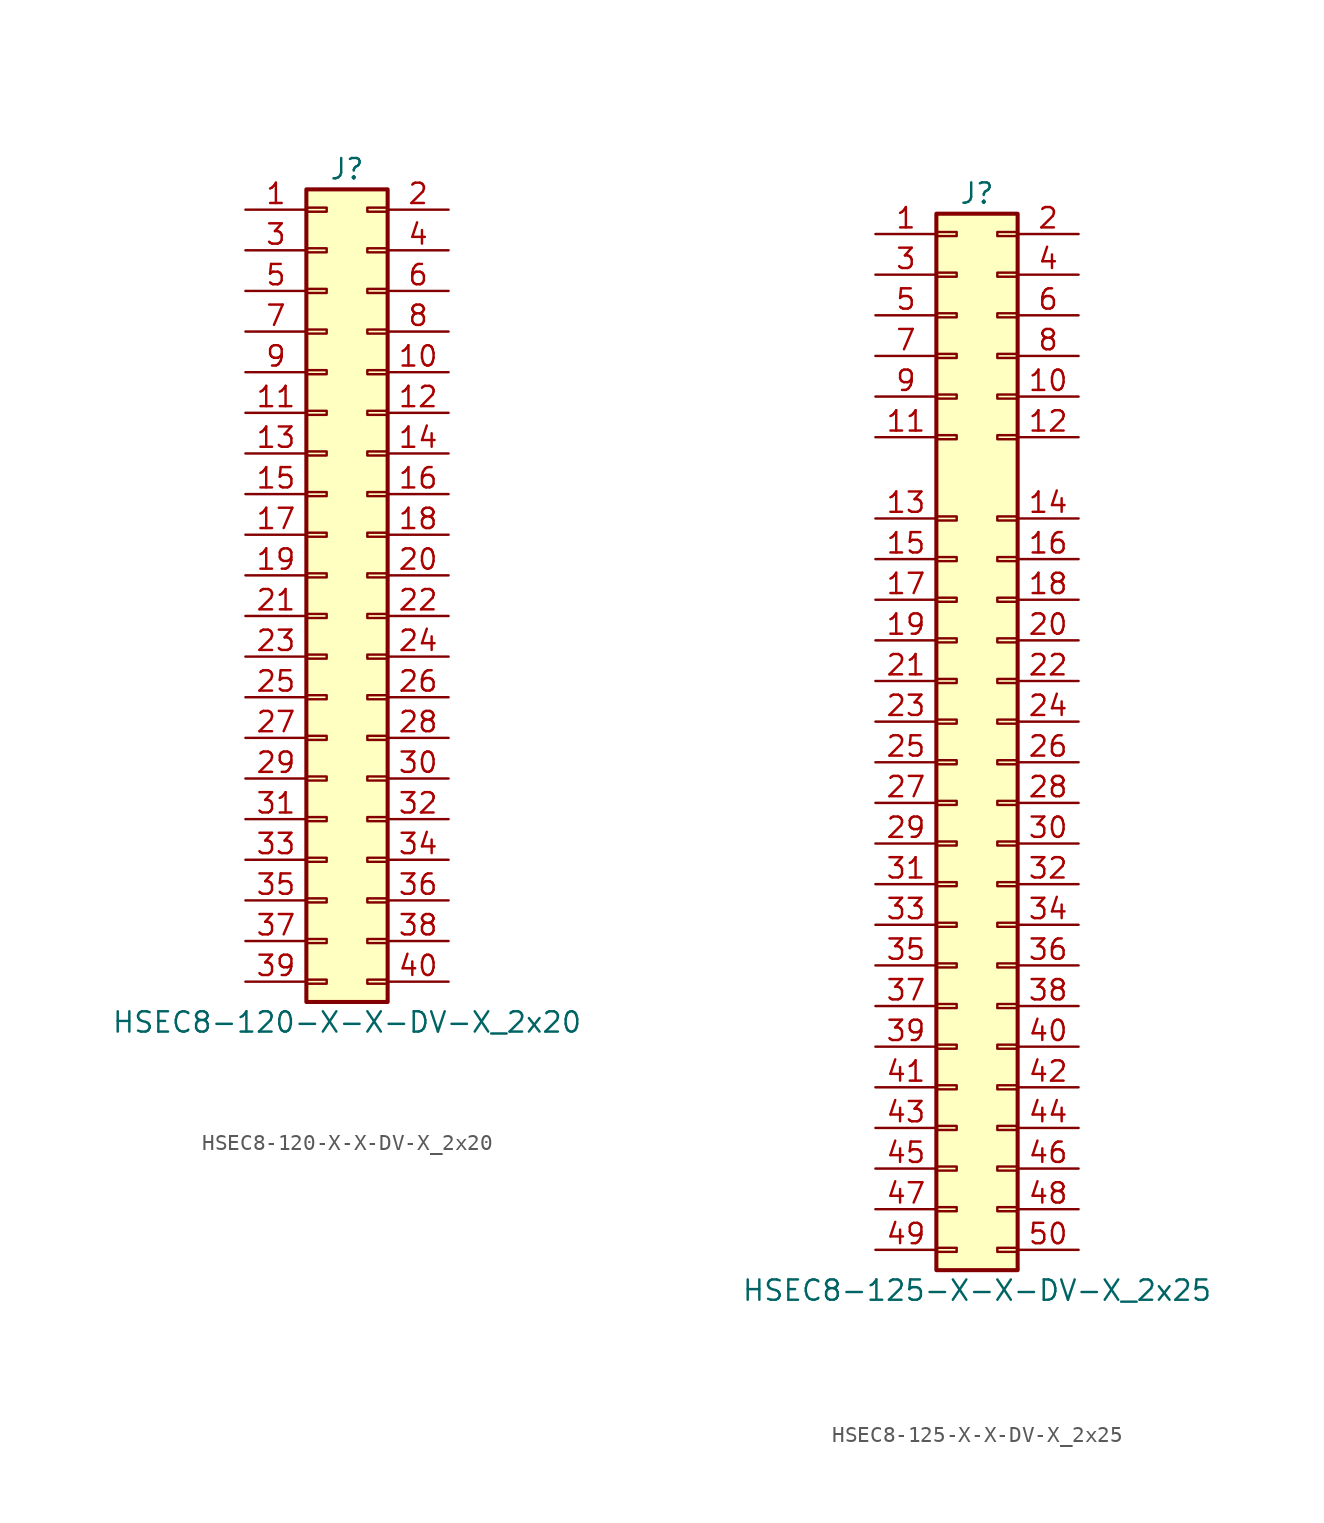
<source format=kicad_sym>
(kicad_symbol_lib
  (version 20231120)
  (generator "kicad_symbol_editor")
  (generator_version "8.0")
  (symbol "HSEC8-120-X-X-DV-X_2x20"
    (pin_names
      (offset 1.016) hide)
    (property "Reference" "J"
      (at 1.27 25.4 0)
      (effects (font (size 1.27 1.27))))
    (property "Value" "HSEC8-120-X-X-DV-X_2x20"
      (at 1.27 -27.94 0)
      (effects (font (size 1.27 1.27))))
    (property "ki_locked" ""
      (at 0 0 0)
      (effects (font (size 1.27 1.27))))
    (symbol "HSEC8-120-X-X-DV-X_2x20_1_1"
      (rectangle (start -1.27 -25.273) (end 0 -25.527) (stroke (width 0.152) (type default)) (fill (type none)))
      (rectangle (start -1.27 -22.733) (end 0 -22.987) (stroke (width 0.152) (type default)) (fill (type none)))
      (rectangle (start -1.27 -20.193) (end 0 -20.447) (stroke (width 0.152) (type default)) (fill (type none)))
      (rectangle (start -1.27 -17.653) (end 0 -17.907) (stroke (width 0.152) (type default)) (fill (type none)))
      (rectangle (start -1.27 -15.113) (end 0 -15.367) (stroke (width 0.152) (type default)) (fill (type none)))
      (rectangle (start -1.27 -12.573) (end 0 -12.827) (stroke (width 0.152) (type default)) (fill (type none)))
      (rectangle (start -1.27 -10.033) (end 0 -10.287) (stroke (width 0.152) (type default)) (fill (type none)))
      (rectangle (start -1.27 -7.493) (end 0 -7.747) (stroke (width 0.152) (type default)) (fill (type none)))
      (rectangle (start -1.27 -4.953) (end 0 -5.207) (stroke (width 0.152) (type default)) (fill (type none)))
      (rectangle (start -1.27 -2.413) (end 0 -2.667) (stroke (width 0.152) (type default)) (fill (type none)))
      (rectangle (start -1.27 0.127) (end 0 -0.127) (stroke (width 0.152) (type default)) (fill (type none)))
      (rectangle (start -1.27 2.667) (end 0 2.413) (stroke (width 0.152) (type default)) (fill (type none)))
      (rectangle (start -1.27 5.207) (end 0 4.953) (stroke (width 0.152) (type default)) (fill (type none)))
      (rectangle (start -1.27 7.747) (end 0 7.493) (stroke (width 0.152) (type default)) (fill (type none)))
      (rectangle (start -1.27 10.287) (end 0 10.033) (stroke (width 0.152) (type default)) (fill (type none)))
      (rectangle (start -1.27 12.827) (end 0 12.573) (stroke (width 0.152) (type default)) (fill (type none)))
      (rectangle (start -1.27 15.367) (end 0 15.113) (stroke (width 0.152) (type default)) (fill (type none)))
      (rectangle (start -1.27 17.907) (end 0 17.653) (stroke (width 0.152) (type default)) (fill (type none)))
      (rectangle (start -1.27 20.447) (end 0 20.193) (stroke (width 0.152) (type default)) (fill (type none)))
      (rectangle (start -1.27 22.987) (end 0 22.733) (stroke (width 0.152) (type default)) (fill (type none)))
      (rectangle (start -1.27 24.13) (end 3.81 -26.67) (stroke (width 0.254) (type default)) (fill (type background)))
      (rectangle (start 3.81 -25.273) (end 2.54 -25.527) (stroke (width 0.152) (type default)) (fill (type none)))
      (rectangle (start 3.81 -22.733) (end 2.54 -22.987) (stroke (width 0.152) (type default)) (fill (type none)))
      (rectangle (start 3.81 -20.193) (end 2.54 -20.447) (stroke (width 0.152) (type default)) (fill (type none)))
      (rectangle (start 3.81 -17.653) (end 2.54 -17.907) (stroke (width 0.152) (type default)) (fill (type none)))
      (rectangle (start 3.81 -15.113) (end 2.54 -15.367) (stroke (width 0.152) (type default)) (fill (type none)))
      (rectangle (start 3.81 -12.573) (end 2.54 -12.827) (stroke (width 0.152) (type default)) (fill (type none)))
      (rectangle (start 3.81 -10.033) (end 2.54 -10.287) (stroke (width 0.152) (type default)) (fill (type none)))
      (rectangle (start 3.81 -7.493) (end 2.54 -7.747) (stroke (width 0.152) (type default)) (fill (type none)))
      (rectangle (start 3.81 -4.953) (end 2.54 -5.207) (stroke (width 0.152) (type default)) (fill (type none)))
      (rectangle (start 3.81 -2.413) (end 2.54 -2.667) (stroke (width 0.152) (type default)) (fill (type none)))
      (rectangle (start 3.81 0.127) (end 2.54 -0.127) (stroke (width 0.152) (type default)) (fill (type none)))
      (rectangle (start 3.81 2.667) (end 2.54 2.413) (stroke (width 0.152) (type default)) (fill (type none)))
      (rectangle (start 3.81 5.207) (end 2.54 4.953) (stroke (width 0.152) (type default)) (fill (type none)))
      (rectangle (start 3.81 7.747) (end 2.54 7.493) (stroke (width 0.152) (type default)) (fill (type none)))
      (rectangle (start 3.81 10.287) (end 2.54 10.033) (stroke (width 0.152) (type default)) (fill (type none)))
      (rectangle (start 3.81 12.827) (end 2.54 12.573) (stroke (width 0.152) (type default)) (fill (type none)))
      (rectangle (start 3.81 15.367) (end 2.54 15.113) (stroke (width 0.152) (type default)) (fill (type none)))
      (rectangle (start 3.81 17.907) (end 2.54 17.653) (stroke (width 0.152) (type default)) (fill (type none)))
      (rectangle (start 3.81 20.447) (end 2.54 20.193) (stroke (width 0.152) (type default)) (fill (type none)))
      (rectangle (start 3.81 22.987) (end 2.54 22.733) (stroke (width 0.152) (type default)) (fill (type none)))
      (pin passive line (at -5.08 22.86 0) (length 3.81) (name "Pin_1" (effects (font (size 1.27 1.27)))) (number "1" (effects (font (size 1.27 1.27)))))
      (pin passive line (at 7.62 12.7 180) (length 3.81) (name "Pin_10" (effects (font (size 1.27 1.27)))) (number "10" (effects (font (size 1.27 1.27)))))
      (pin passive line (at -5.08 10.16 0) (length 3.81) (name "Pin_11" (effects (font (size 1.27 1.27)))) (number "11" (effects (font (size 1.27 1.27)))))
      (pin passive line (at 7.62 10.16 180) (length 3.81) (name "Pin_12" (effects (font (size 1.27 1.27)))) (number "12" (effects (font (size 1.27 1.27)))))
      (pin passive line (at -5.08 7.62 0) (length 3.81) (name "Pin_13" (effects (font (size 1.27 1.27)))) (number "13" (effects (font (size 1.27 1.27)))))
      (pin passive line (at 7.62 7.62 180) (length 3.81) (name "Pin_14" (effects (font (size 1.27 1.27)))) (number "14" (effects (font (size 1.27 1.27)))))
      (pin passive line (at -5.08 5.08 0) (length 3.81) (name "Pin_15" (effects (font (size 1.27 1.27)))) (number "15" (effects (font (size 1.27 1.27)))))
      (pin passive line (at 7.62 5.08 180) (length 3.81) (name "Pin_16" (effects (font (size 1.27 1.27)))) (number "16" (effects (font (size 1.27 1.27)))))
      (pin passive line (at -5.08 2.54 0) (length 3.81) (name "Pin_17" (effects (font (size 1.27 1.27)))) (number "17" (effects (font (size 1.27 1.27)))))
      (pin passive line (at 7.62 2.54 180) (length 3.81) (name "Pin_18" (effects (font (size 1.27 1.27)))) (number "18" (effects (font (size 1.27 1.27)))))
      (pin passive line (at -5.08 0 0) (length 3.81) (name "Pin_19" (effects (font (size 1.27 1.27)))) (number "19" (effects (font (size 1.27 1.27)))))
      (pin passive line (at 7.62 22.86 180) (length 3.81) (name "Pin_2" (effects (font (size 1.27 1.27)))) (number "2" (effects (font (size 1.27 1.27)))))
      (pin passive line (at 7.62 0 180) (length 3.81) (name "Pin_20" (effects (font (size 1.27 1.27)))) (number "20" (effects (font (size 1.27 1.27)))))
      (pin passive line (at -5.08 -2.54 0) (length 3.81) (name "Pin_21" (effects (font (size 1.27 1.27)))) (number "21" (effects (font (size 1.27 1.27)))))
      (pin passive line (at 7.62 -2.54 180) (length 3.81) (name "Pin_22" (effects (font (size 1.27 1.27)))) (number "22" (effects (font (size 1.27 1.27)))))
      (pin passive line (at -5.08 -5.08 0) (length 3.81) (name "Pin_23" (effects (font (size 1.27 1.27)))) (number "23" (effects (font (size 1.27 1.27)))))
      (pin passive line (at 7.62 -5.08 180) (length 3.81) (name "Pin_24" (effects (font (size 1.27 1.27)))) (number "24" (effects (font (size 1.27 1.27)))))
      (pin passive line (at -5.08 -7.62 0) (length 3.81) (name "Pin_25" (effects (font (size 1.27 1.27)))) (number "25" (effects (font (size 1.27 1.27)))))
      (pin passive line (at 7.62 -7.62 180) (length 3.81) (name "Pin_26" (effects (font (size 1.27 1.27)))) (number "26" (effects (font (size 1.27 1.27)))))
      (pin passive line (at -5.08 -10.16 0) (length 3.81) (name "Pin_27" (effects (font (size 1.27 1.27)))) (number "27" (effects (font (size 1.27 1.27)))))
      (pin passive line (at 7.62 -10.16 180) (length 3.81) (name "Pin_28" (effects (font (size 1.27 1.27)))) (number "28" (effects (font (size 1.27 1.27)))))
      (pin passive line (at -5.08 -12.7 0) (length 3.81) (name "Pin_29" (effects (font (size 1.27 1.27)))) (number "29" (effects (font (size 1.27 1.27)))))
      (pin passive line (at -5.08 20.32 0) (length 3.81) (name "Pin_3" (effects (font (size 1.27 1.27)))) (number "3" (effects (font (size 1.27 1.27)))))
      (pin passive line (at 7.62 -12.7 180) (length 3.81) (name "Pin_30" (effects (font (size 1.27 1.27)))) (number "30" (effects (font (size 1.27 1.27)))))
      (pin passive line (at -5.08 -15.24 0) (length 3.81) (name "Pin_31" (effects (font (size 1.27 1.27)))) (number "31" (effects (font (size 1.27 1.27)))))
      (pin passive line (at 7.62 -15.24 180) (length 3.81) (name "Pin_32" (effects (font (size 1.27 1.27)))) (number "32" (effects (font (size 1.27 1.27)))))
      (pin passive line (at -5.08 -17.78 0) (length 3.81) (name "Pin_33" (effects (font (size 1.27 1.27)))) (number "33" (effects (font (size 1.27 1.27)))))
      (pin passive line (at 7.62 -17.78 180) (length 3.81) (name "Pin_34" (effects (font (size 1.27 1.27)))) (number "34" (effects (font (size 1.27 1.27)))))
      (pin passive line (at -5.08 -20.32 0) (length 3.81) (name "Pin_35" (effects (font (size 1.27 1.27)))) (number "35" (effects (font (size 1.27 1.27)))))
      (pin passive line (at 7.62 -20.32 180) (length 3.81) (name "Pin_36" (effects (font (size 1.27 1.27)))) (number "36" (effects (font (size 1.27 1.27)))))
      (pin passive line (at -5.08 -22.86 0) (length 3.81) (name "Pin_37" (effects (font (size 1.27 1.27)))) (number "37" (effects (font (size 1.27 1.27)))))
      (pin passive line (at 7.62 -22.86 180) (length 3.81) (name "Pin_38" (effects (font (size 1.27 1.27)))) (number "38" (effects (font (size 1.27 1.27)))))
      (pin passive line (at -5.08 -25.4 0) (length 3.81) (name "Pin_39" (effects (font (size 1.27 1.27)))) (number "39" (effects (font (size 1.27 1.27)))))
      (pin passive line (at 7.62 20.32 180) (length 3.81) (name "Pin_4" (effects (font (size 1.27 1.27)))) (number "4" (effects (font (size 1.27 1.27)))))
      (pin passive line (at 7.62 -25.4 180) (length 3.81) (name "Pin_40" (effects (font (size 1.27 1.27)))) (number "40" (effects (font (size 1.27 1.27)))))
      (pin passive line (at -5.08 17.78 0) (length 3.81) (name "Pin_5" (effects (font (size 1.27 1.27)))) (number "5" (effects (font (size 1.27 1.27)))))
      (pin passive line (at 7.62 17.78 180) (length 3.81) (name "Pin_6" (effects (font (size 1.27 1.27)))) (number "6" (effects (font (size 1.27 1.27)))))
      (pin passive line (at -5.08 15.24 0) (length 3.81) (name "Pin_7" (effects (font (size 1.27 1.27)))) (number "7" (effects (font (size 1.27 1.27)))))
      (pin passive line (at 7.62 15.24 180) (length 3.81) (name "Pin_8" (effects (font (size 1.27 1.27)))) (number "8" (effects (font (size 1.27 1.27)))))
      (pin passive line (at -5.08 12.7 0) (length 3.81) (name "Pin_9" (effects (font (size 1.27 1.27)))) (number "9" (effects (font (size 1.27 1.27)))))))
  (symbol "HSEC8-125-X-X-DV-X_2x25"
    (pin_names
      (offset 1.016) hide)
    (property "Reference" "J"
      (at 1.27 33.02 0)
      (effects (font (size 1.27 1.27))))
    (property "Value" "HSEC8-125-X-X-DV-X_2x25"
      (at 1.27 -35.56 0)
      (effects (font (size 1.27 1.27))))
    (property "ki_locked" ""
      (at 0 0 0)
      (effects (font (size 1.27 1.27))))
    (symbol "HSEC8-125-X-X-DV-X_2x25_1_1"
      (rectangle (start -1.27 -32.893) (end 0 -33.147) (stroke (width 0.152) (type default)) (fill (type none)))
      (rectangle (start -1.27 -30.353) (end 0 -30.607) (stroke (width 0.152) (type default)) (fill (type none)))
      (rectangle (start -1.27 -27.813) (end 0 -28.067) (stroke (width 0.152) (type default)) (fill (type none)))
      (rectangle (start -1.27 -25.273) (end 0 -25.527) (stroke (width 0.152) (type default)) (fill (type none)))
      (rectangle (start -1.27 -22.733) (end 0 -22.987) (stroke (width 0.152) (type default)) (fill (type none)))
      (rectangle (start -1.27 -20.193) (end 0 -20.447) (stroke (width 0.152) (type default)) (fill (type none)))
      (rectangle (start -1.27 -17.653) (end 0 -17.907) (stroke (width 0.152) (type default)) (fill (type none)))
      (rectangle (start -1.27 -15.113) (end 0 -15.367) (stroke (width 0.152) (type default)) (fill (type none)))
      (rectangle (start -1.27 -12.573) (end 0 -12.827) (stroke (width 0.152) (type default)) (fill (type none)))
      (rectangle (start -1.27 -10.033) (end 0 -10.287) (stroke (width 0.152) (type default)) (fill (type none)))
      (rectangle (start -1.27 -7.493) (end 0 -7.747) (stroke (width 0.152) (type default)) (fill (type none)))
      (rectangle (start -1.27 -4.953) (end 0 -5.207) (stroke (width 0.152) (type default)) (fill (type none)))
      (rectangle (start -1.27 -2.413) (end 0 -2.667) (stroke (width 0.152) (type default)) (fill (type none)))
      (rectangle (start -1.27 0.127) (end 0 -0.127) (stroke (width 0.152) (type default)) (fill (type none)))
      (rectangle (start -1.27 2.667) (end 0 2.413) (stroke (width 0.152) (type default)) (fill (type none)))
      (rectangle (start -1.27 5.207) (end 0 4.953) (stroke (width 0.152) (type default)) (fill (type none)))
      (rectangle (start -1.27 7.747) (end 0 7.493) (stroke (width 0.152) (type default)) (fill (type none)))
      (rectangle (start -1.27 10.287) (end 0 10.033) (stroke (width 0.152) (type default)) (fill (type none)))
      (rectangle (start -1.27 12.827) (end 0 12.573) (stroke (width 0.152) (type default)) (fill (type none)))
      (rectangle (start -1.27 17.907) (end 0 17.653) (stroke (width 0.152) (type default)) (fill (type none)))
      (rectangle (start -1.27 20.447) (end 0 20.193) (stroke (width 0.152) (type default)) (fill (type none)))
      (rectangle (start -1.27 22.987) (end 0 22.733) (stroke (width 0.152) (type default)) (fill (type none)))
      (rectangle (start -1.27 25.527) (end 0 25.273) (stroke (width 0.152) (type default)) (fill (type none)))
      (rectangle (start -1.27 28.067) (end 0 27.813) (stroke (width 0.152) (type default)) (fill (type none)))
      (rectangle (start -1.27 30.607) (end 0 30.353) (stroke (width 0.152) (type default)) (fill (type none)))
      (rectangle (start -1.27 31.75) (end 3.81 -34.29) (stroke (width 0.254) (type default)) (fill (type background)))
      (rectangle (start 3.81 -32.893) (end 2.54 -33.147) (stroke (width 0.152) (type default)) (fill (type none)))
      (rectangle (start 3.81 -30.353) (end 2.54 -30.607) (stroke (width 0.152) (type default)) (fill (type none)))
      (rectangle (start 3.81 -27.813) (end 2.54 -28.067) (stroke (width 0.152) (type default)) (fill (type none)))
      (rectangle (start 3.81 -25.273) (end 2.54 -25.527) (stroke (width 0.152) (type default)) (fill (type none)))
      (rectangle (start 3.81 -22.733) (end 2.54 -22.987) (stroke (width 0.152) (type default)) (fill (type none)))
      (rectangle (start 3.81 -20.193) (end 2.54 -20.447) (stroke (width 0.152) (type default)) (fill (type none)))
      (rectangle (start 3.81 -17.653) (end 2.54 -17.907) (stroke (width 0.152) (type default)) (fill (type none)))
      (rectangle (start 3.81 -15.113) (end 2.54 -15.367) (stroke (width 0.152) (type default)) (fill (type none)))
      (rectangle (start 3.81 -12.573) (end 2.54 -12.827) (stroke (width 0.152) (type default)) (fill (type none)))
      (rectangle (start 3.81 -10.033) (end 2.54 -10.287) (stroke (width 0.152) (type default)) (fill (type none)))
      (rectangle (start 3.81 -7.493) (end 2.54 -7.747) (stroke (width 0.152) (type default)) (fill (type none)))
      (rectangle (start 3.81 -4.953) (end 2.54 -5.207) (stroke (width 0.152) (type default)) (fill (type none)))
      (rectangle (start 3.81 -2.413) (end 2.54 -2.667) (stroke (width 0.152) (type default)) (fill (type none)))
      (rectangle (start 3.81 0.127) (end 2.54 -0.127) (stroke (width 0.152) (type default)) (fill (type none)))
      (rectangle (start 3.81 2.667) (end 2.54 2.413) (stroke (width 0.152) (type default)) (fill (type none)))
      (rectangle (start 3.81 5.207) (end 2.54 4.953) (stroke (width 0.152) (type default)) (fill (type none)))
      (rectangle (start 3.81 7.747) (end 2.54 7.493) (stroke (width 0.152) (type default)) (fill (type none)))
      (rectangle (start 3.81 10.287) (end 2.54 10.033) (stroke (width 0.152) (type default)) (fill (type none)))
      (rectangle (start 3.81 12.827) (end 2.54 12.573) (stroke (width 0.152) (type default)) (fill (type none)))
      (rectangle (start 3.81 17.907) (end 2.54 17.653) (stroke (width 0.152) (type default)) (fill (type none)))
      (rectangle (start 3.81 20.447) (end 2.54 20.193) (stroke (width 0.152) (type default)) (fill (type none)))
      (rectangle (start 3.81 22.987) (end 2.54 22.733) (stroke (width 0.152) (type default)) (fill (type none)))
      (rectangle (start 3.81 25.527) (end 2.54 25.273) (stroke (width 0.152) (type default)) (fill (type none)))
      (rectangle (start 3.81 28.067) (end 2.54 27.813) (stroke (width 0.152) (type default)) (fill (type none)))
      (rectangle (start 3.81 30.607) (end 2.54 30.353) (stroke (width 0.152) (type default)) (fill (type none)))
      (pin passive line (at -5.08 30.48 0) (length 3.81) (name "Pin_1" (effects (font (size 1.27 1.27)))) (number "1" (effects (font (size 1.27 1.27)))))
      (pin passive line (at 7.62 20.32 180) (length 3.81) (name "Pin_10" (effects (font (size 1.27 1.27)))) (number "10" (effects (font (size 1.27 1.27)))))
      (pin passive line (at -5.08 17.78 0) (length 3.81) (name "Pin_11" (effects (font (size 1.27 1.27)))) (number "11" (effects (font (size 1.27 1.27)))))
      (pin passive line (at 7.62 17.78 180) (length 3.81) (name "Pin_12" (effects (font (size 1.27 1.27)))) (number "12" (effects (font (size 1.27 1.27)))))
      (pin passive line (at -5.08 12.7 0) (length 3.81) (name "Pin_13" (effects (font (size 1.27 1.27)))) (number "13" (effects (font (size 1.27 1.27)))))
      (pin passive line (at 7.62 12.7 180) (length 3.81) (name "Pin_14" (effects (font (size 1.27 1.27)))) (number "14" (effects (font (size 1.27 1.27)))))
      (pin passive line (at -5.08 10.16 0) (length 3.81) (name "Pin_15" (effects (font (size 1.27 1.27)))) (number "15" (effects (font (size 1.27 1.27)))))
      (pin passive line (at 7.62 10.16 180) (length 3.81) (name "Pin_16" (effects (font (size 1.27 1.27)))) (number "16" (effects (font (size 1.27 1.27)))))
      (pin passive line (at -5.08 7.62 0) (length 3.81) (name "Pin_17" (effects (font (size 1.27 1.27)))) (number "17" (effects (font (size 1.27 1.27)))))
      (pin passive line (at 7.62 7.62 180) (length 3.81) (name "Pin_18" (effects (font (size 1.27 1.27)))) (number "18" (effects (font (size 1.27 1.27)))))
      (pin passive line (at -5.08 5.08 0) (length 3.81) (name "Pin_19" (effects (font (size 1.27 1.27)))) (number "19" (effects (font (size 1.27 1.27)))))
      (pin passive line (at 7.62 30.48 180) (length 3.81) (name "Pin_2" (effects (font (size 1.27 1.27)))) (number "2" (effects (font (size 1.27 1.27)))))
      (pin passive line (at 7.62 5.08 180) (length 3.81) (name "Pin_20" (effects (font (size 1.27 1.27)))) (number "20" (effects (font (size 1.27 1.27)))))
      (pin passive line (at -5.08 2.54 0) (length 3.81) (name "Pin_21" (effects (font (size 1.27 1.27)))) (number "21" (effects (font (size 1.27 1.27)))))
      (pin passive line (at 7.62 2.54 180) (length 3.81) (name "Pin_22" (effects (font (size 1.27 1.27)))) (number "22" (effects (font (size 1.27 1.27)))))
      (pin passive line (at -5.08 0 0) (length 3.81) (name "Pin_23" (effects (font (size 1.27 1.27)))) (number "23" (effects (font (size 1.27 1.27)))))
      (pin passive line (at 7.62 0 180) (length 3.81) (name "Pin_24" (effects (font (size 1.27 1.27)))) (number "24" (effects (font (size 1.27 1.27)))))
      (pin passive line (at -5.08 -2.54 0) (length 3.81) (name "Pin_25" (effects (font (size 1.27 1.27)))) (number "25" (effects (font (size 1.27 1.27)))))
      (pin passive line (at 7.62 -2.54 180) (length 3.81) (name "Pin_26" (effects (font (size 1.27 1.27)))) (number "26" (effects (font (size 1.27 1.27)))))
      (pin passive line (at -5.08 -5.08 0) (length 3.81) (name "Pin_27" (effects (font (size 1.27 1.27)))) (number "27" (effects (font (size 1.27 1.27)))))
      (pin passive line (at 7.62 -5.08 180) (length 3.81) (name "Pin_28" (effects (font (size 1.27 1.27)))) (number "28" (effects (font (size 1.27 1.27)))))
      (pin passive line (at -5.08 -7.62 0) (length 3.81) (name "Pin_29" (effects (font (size 1.27 1.27)))) (number "29" (effects (font (size 1.27 1.27)))))
      (pin passive line (at -5.08 27.94 0) (length 3.81) (name "Pin_3" (effects (font (size 1.27 1.27)))) (number "3" (effects (font (size 1.27 1.27)))))
      (pin passive line (at 7.62 -7.62 180) (length 3.81) (name "Pin_30" (effects (font (size 1.27 1.27)))) (number "30" (effects (font (size 1.27 1.27)))))
      (pin passive line (at -5.08 -10.16 0) (length 3.81) (name "Pin_31" (effects (font (size 1.27 1.27)))) (number "31" (effects (font (size 1.27 1.27)))))
      (pin passive line (at 7.62 -10.16 180) (length 3.81) (name "Pin_32" (effects (font (size 1.27 1.27)))) (number "32" (effects (font (size 1.27 1.27)))))
      (pin passive line (at -5.08 -12.7 0) (length 3.81) (name "Pin_33" (effects (font (size 1.27 1.27)))) (number "33" (effects (font (size 1.27 1.27)))))
      (pin passive line (at 7.62 -12.7 180) (length 3.81) (name "Pin_34" (effects (font (size 1.27 1.27)))) (number "34" (effects (font (size 1.27 1.27)))))
      (pin passive line (at -5.08 -15.24 0) (length 3.81) (name "Pin_35" (effects (font (size 1.27 1.27)))) (number "35" (effects (font (size 1.27 1.27)))))
      (pin passive line (at 7.62 -15.24 180) (length 3.81) (name "Pin_36" (effects (font (size 1.27 1.27)))) (number "36" (effects (font (size 1.27 1.27)))))
      (pin passive line (at -5.08 -17.78 0) (length 3.81) (name "Pin_37" (effects (font (size 1.27 1.27)))) (number "37" (effects (font (size 1.27 1.27)))))
      (pin passive line (at 7.62 -17.78 180) (length 3.81) (name "Pin_38" (effects (font (size 1.27 1.27)))) (number "38" (effects (font (size 1.27 1.27)))))
      (pin passive line (at -5.08 -20.32 0) (length 3.81) (name "Pin_39" (effects (font (size 1.27 1.27)))) (number "39" (effects (font (size 1.27 1.27)))))
      (pin passive line (at 7.62 27.94 180) (length 3.81) (name "Pin_4" (effects (font (size 1.27 1.27)))) (number "4" (effects (font (size 1.27 1.27)))))
      (pin passive line (at 7.62 -20.32 180) (length 3.81) (name "Pin_40" (effects (font (size 1.27 1.27)))) (number "40" (effects (font (size 1.27 1.27)))))
      (pin passive line (at -5.08 -22.86 0) (length 3.81) (name "Pin_41" (effects (font (size 1.27 1.27)))) (number "41" (effects (font (size 1.27 1.27)))))
      (pin passive line (at 7.62 -22.86 180) (length 3.81) (name "Pin_42" (effects (font (size 1.27 1.27)))) (number "42" (effects (font (size 1.27 1.27)))))
      (pin passive line (at -5.08 -25.4 0) (length 3.81) (name "Pin_43" (effects (font (size 1.27 1.27)))) (number "43" (effects (font (size 1.27 1.27)))))
      (pin passive line (at 7.62 -25.4 180) (length 3.81) (name "Pin_44" (effects (font (size 1.27 1.27)))) (number "44" (effects (font (size 1.27 1.27)))))
      (pin passive line (at -5.08 -27.94 0) (length 3.81) (name "Pin_45" (effects (font (size 1.27 1.27)))) (number "45" (effects (font (size 1.27 1.27)))))
      (pin passive line (at 7.62 -27.94 180) (length 3.81) (name "Pin_46" (effects (font (size 1.27 1.27)))) (number "46" (effects (font (size 1.27 1.27)))))
      (pin passive line (at -5.08 -30.48 0) (length 3.81) (name "Pin_47" (effects (font (size 1.27 1.27)))) (number "47" (effects (font (size 1.27 1.27)))))
      (pin passive line (at 7.62 -30.48 180) (length 3.81) (name "Pin_48" (effects (font (size 1.27 1.27)))) (number "48" (effects (font (size 1.27 1.27)))))
      (pin passive line (at -5.08 -33.02 0) (length 3.81) (name "Pin_49" (effects (font (size 1.27 1.27)))) (number "49" (effects (font (size 1.27 1.27)))))
      (pin passive line (at -5.08 25.4 0) (length 3.81) (name "Pin_5" (effects (font (size 1.27 1.27)))) (number "5" (effects (font (size 1.27 1.27)))))
      (pin passive line (at 7.62 -33.02 180) (length 3.81) (name "Pin_50" (effects (font (size 1.27 1.27)))) (number "50" (effects (font (size 1.27 1.27)))))
      (pin passive line (at 7.62 25.4 180) (length 3.81) (name "Pin_6" (effects (font (size 1.27 1.27)))) (number "6" (effects (font (size 1.27 1.27)))))
      (pin passive line (at -5.08 22.86 0) (length 3.81) (name "Pin_7" (effects (font (size 1.27 1.27)))) (number "7" (effects (font (size 1.27 1.27)))))
      (pin passive line (at 7.62 22.86 180) (length 3.81) (name "Pin_8" (effects (font (size 1.27 1.27)))) (number "8" (effects (font (size 1.27 1.27)))))
      (pin passive line (at -5.08 20.32 0) (length 3.81) (name "Pin_9" (effects (font (size 1.27 1.27)))) (number "9" (effects (font (size 1.27 1.27))))))))
</source>
